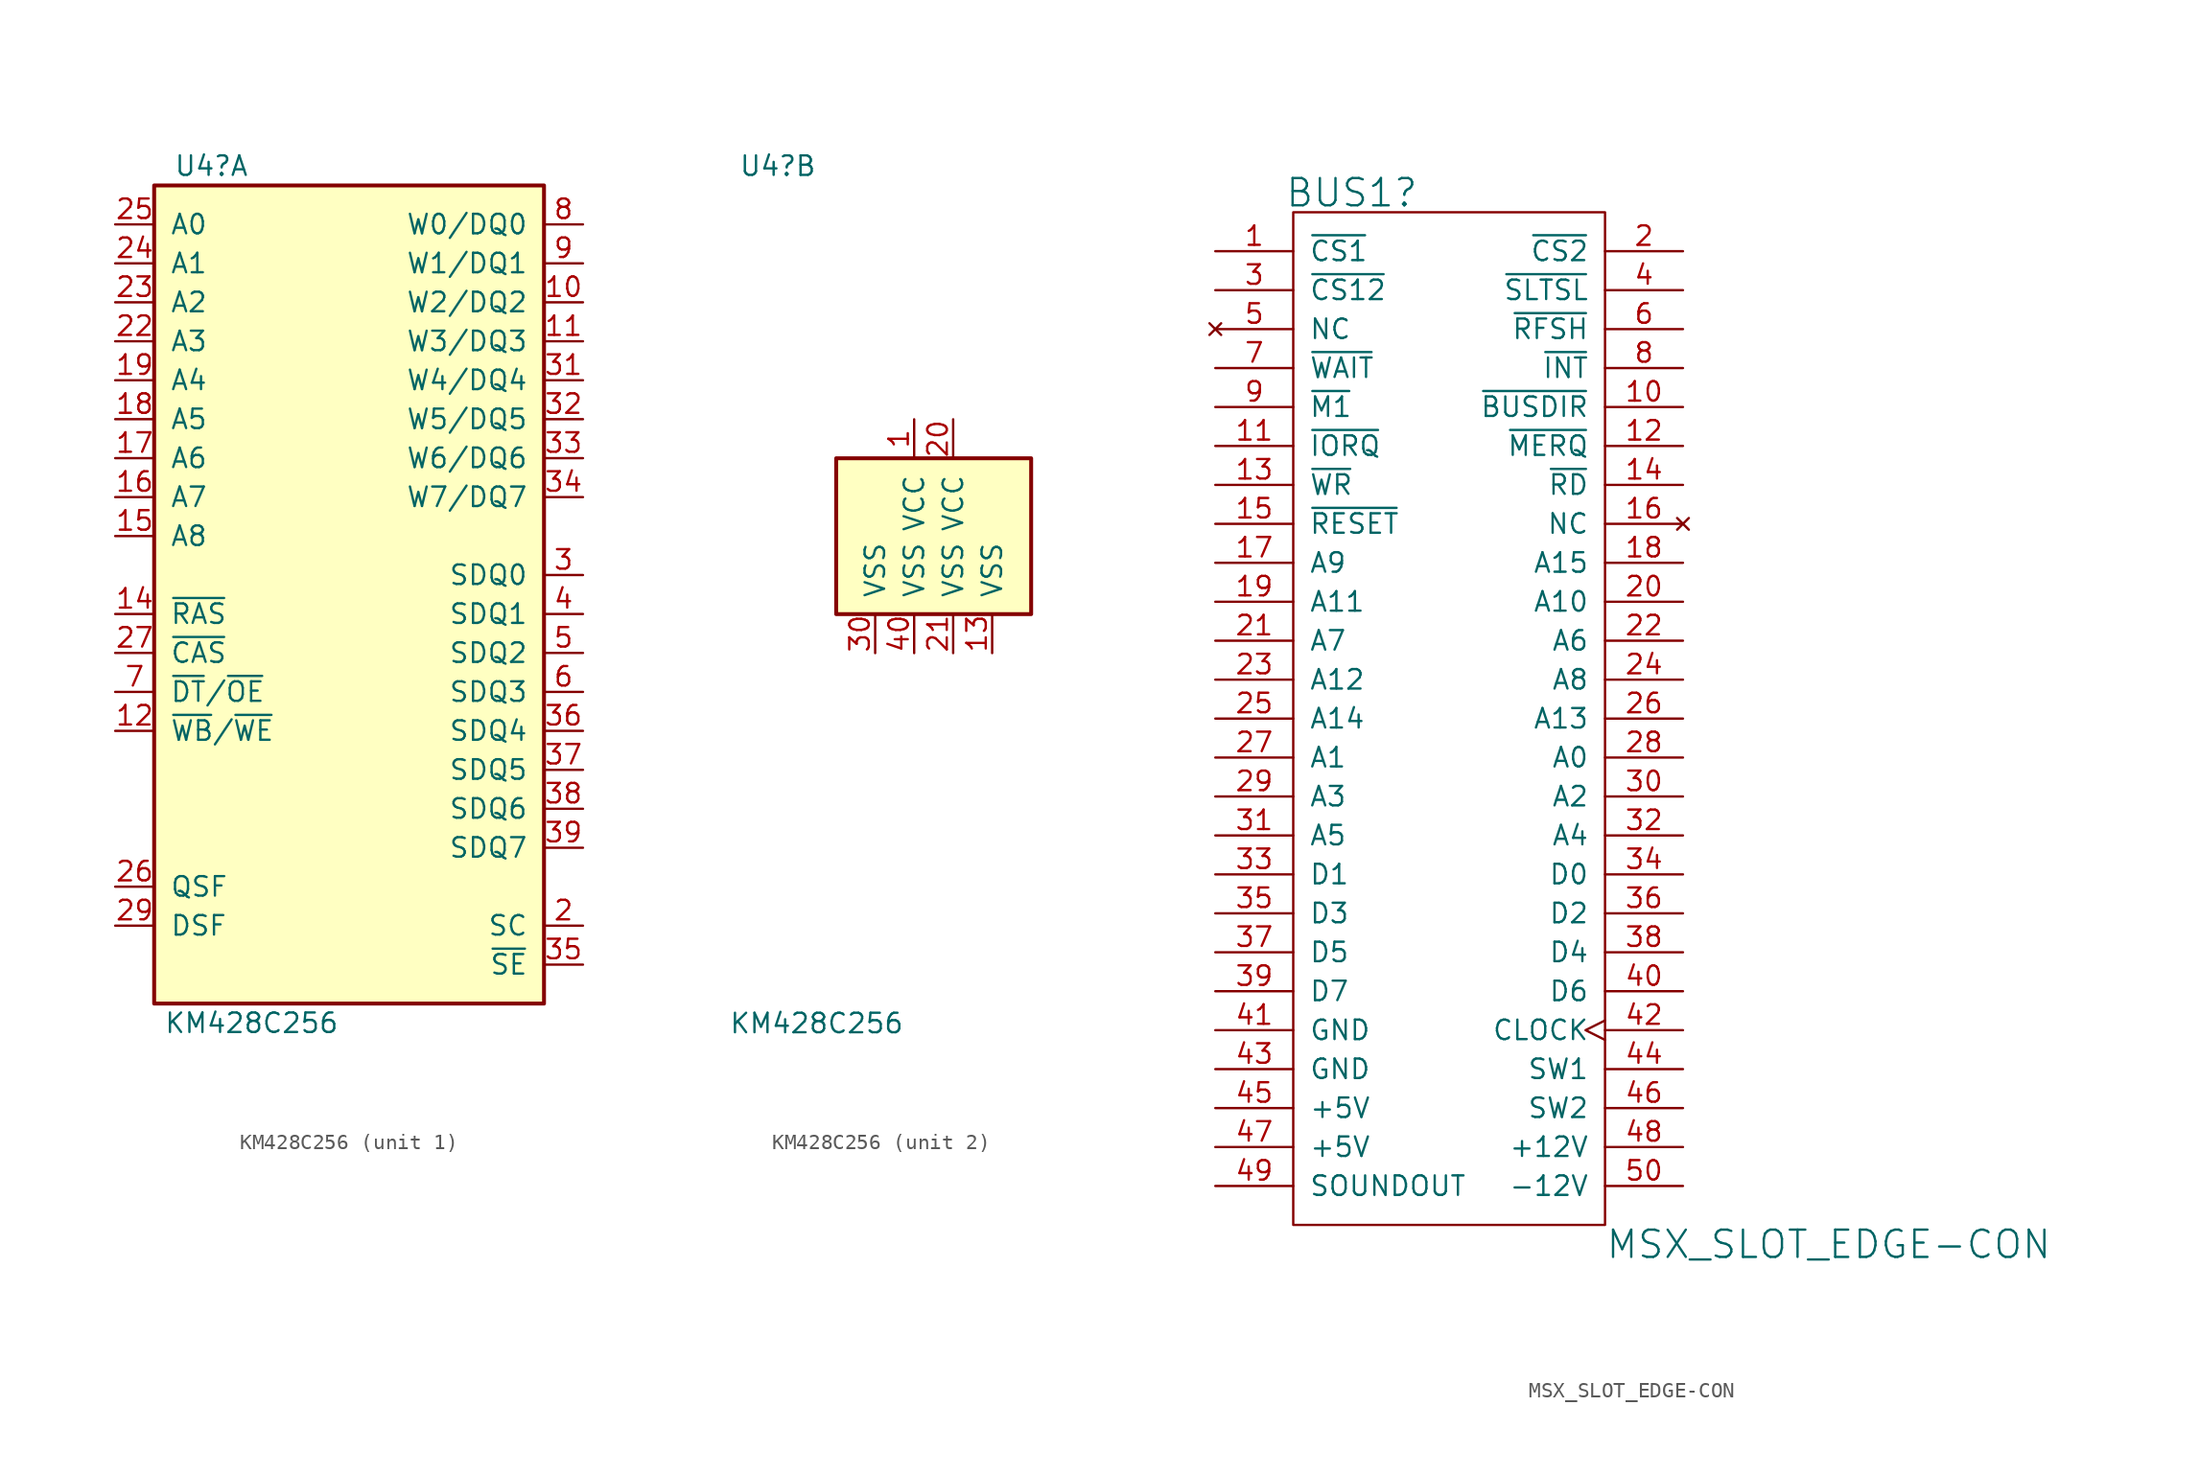
<source format=kicad_sym>
(kicad_symbol_lib
  (version 20220914)
  (generator kicad_symbol_editor)
  (symbol "KM428C256"
    (pin_names
      (offset 1.016))
    (property "Reference" "U4"
      (at -11.43 24.13 0)
      (effects (font (size 1.27 1.27)) (justify left)))
    (property "Value" "KM428C256"
      (at -6.35 -31.75 0)
      (effects (font (size 1.27 1.27))))
    (property "ki_locked" ""
      (at 0 0 0)
      (effects (font (size 1.27 1.27))))
    (symbol "KM428C256_1_1"
      (rectangle (start -12.7 22.86) (end 12.7 -30.48) (stroke (width 0.254) (type default)) (fill (type background)))
      (pin bidirectional line (at 15.24 15.24 180) (length 2.54) (name "W2/DQ2" (effects (font (size 1.27 1.27)))) (number "10" (effects (font (size 1.27 1.27)))))
      (pin bidirectional line (at 15.24 12.7 180) (length 2.54) (name "W3/DQ3" (effects (font (size 1.27 1.27)))) (number "11" (effects (font (size 1.27 1.27)))))
      (pin input line (at -15.24 -12.7 0) (length 2.54) (name "~{WB}/~{WE}" (effects (font (size 1.27 1.27)))) (number "12" (effects (font (size 1.27 1.27)))))
      (pin input line (at -15.24 -5.08 0) (length 2.54) (name "~{RAS}" (effects (font (size 1.27 1.27)))) (number "14" (effects (font (size 1.27 1.27)))))
      (pin input line (at -15.24 0 0) (length 2.54) (name "A8" (effects (font (size 1.27 1.27)))) (number "15" (effects (font (size 1.27 1.27)))))
      (pin input line (at -15.24 2.54 0) (length 2.54) (name "A7" (effects (font (size 1.27 1.27)))) (number "16" (effects (font (size 1.27 1.27)))))
      (pin input line (at -15.24 5.08 0) (length 2.54) (name "A6" (effects (font (size 1.27 1.27)))) (number "17" (effects (font (size 1.27 1.27)))))
      (pin input line (at -15.24 7.62 0) (length 2.54) (name "A5" (effects (font (size 1.27 1.27)))) (number "18" (effects (font (size 1.27 1.27)))))
      (pin input line (at -15.24 10.16 0) (length 2.54) (name "A4" (effects (font (size 1.27 1.27)))) (number "19" (effects (font (size 1.27 1.27)))))
      (pin input line (at 15.24 -25.4 180) (length 2.54) (name "SC" (effects (font (size 1.27 1.27)))) (number "2" (effects (font (size 1.27 1.27)))))
      (pin input line (at -15.24 12.7 0) (length 2.54) (name "A3" (effects (font (size 1.27 1.27)))) (number "22" (effects (font (size 1.27 1.27)))))
      (pin input line (at -15.24 15.24 0) (length 2.54) (name "A2" (effects (font (size 1.27 1.27)))) (number "23" (effects (font (size 1.27 1.27)))))
      (pin input line (at -15.24 17.78 0) (length 2.54) (name "A1" (effects (font (size 1.27 1.27)))) (number "24" (effects (font (size 1.27 1.27)))))
      (pin input line (at -15.24 20.32 0) (length 2.54) (name "A0" (effects (font (size 1.27 1.27)))) (number "25" (effects (font (size 1.27 1.27)))))
      (pin input line (at -15.24 -22.86 0) (length 2.54) (name "QSF" (effects (font (size 1.27 1.27)))) (number "26" (effects (font (size 1.27 1.27)))))
      (pin input line (at -15.24 -7.62 0) (length 2.54) (name "~{CAS}" (effects (font (size 1.27 1.27)))) (number "27" (effects (font (size 1.27 1.27)))))
      (pin no_connect line (at 10.16 0 180) (length 2.54) hide (name "N/C" (effects (font (size 1.27 1.27)))) (number "28" (effects (font (size 1.27 1.27)))))
      (pin input line (at -15.24 -25.4 0) (length 2.54) (name "DSF" (effects (font (size 1.27 1.27)))) (number "29" (effects (font (size 1.27 1.27)))))
      (pin bidirectional line (at 15.24 -2.54 180) (length 2.54) (name "SDQ0" (effects (font (size 1.27 1.27)))) (number "3" (effects (font (size 1.27 1.27)))))
      (pin bidirectional line (at 15.24 10.16 180) (length 2.54) (name "W4/DQ4" (effects (font (size 1.27 1.27)))) (number "31" (effects (font (size 1.27 1.27)))))
      (pin bidirectional line (at 15.24 7.62 180) (length 2.54) (name "W5/DQ5" (effects (font (size 1.27 1.27)))) (number "32" (effects (font (size 1.27 1.27)))))
      (pin bidirectional line (at 15.24 5.08 180) (length 2.54) (name "W6/DQ6" (effects (font (size 1.27 1.27)))) (number "33" (effects (font (size 1.27 1.27)))))
      (pin bidirectional line (at 15.24 2.54 180) (length 2.54) (name "W7/DQ7" (effects (font (size 1.27 1.27)))) (number "34" (effects (font (size 1.27 1.27)))))
      (pin input line (at 15.24 -27.94 180) (length 2.54) (name "~{SE}" (effects (font (size 1.27 1.27)))) (number "35" (effects (font (size 1.27 1.27)))))
      (pin bidirectional line (at 15.24 -12.7 180) (length 2.54) (name "SDQ4" (effects (font (size 1.27 1.27)))) (number "36" (effects (font (size 1.27 1.27)))))
      (pin bidirectional line (at 15.24 -15.24 180) (length 2.54) (name "SDQ5" (effects (font (size 1.27 1.27)))) (number "37" (effects (font (size 1.27 1.27)))))
      (pin bidirectional line (at 15.24 -17.78 180) (length 2.54) (name "SDQ6" (effects (font (size 1.27 1.27)))) (number "38" (effects (font (size 1.27 1.27)))))
      (pin bidirectional line (at 15.24 -20.32 180) (length 2.54) (name "SDQ7" (effects (font (size 1.27 1.27)))) (number "39" (effects (font (size 1.27 1.27)))))
      (pin bidirectional line (at 15.24 -5.08 180) (length 2.54) (name "SDQ1" (effects (font (size 1.27 1.27)))) (number "4" (effects (font (size 1.27 1.27)))))
      (pin bidirectional line (at 15.24 -7.62 180) (length 2.54) (name "SDQ2" (effects (font (size 1.27 1.27)))) (number "5" (effects (font (size 1.27 1.27)))))
      (pin bidirectional line (at 15.24 -10.16 180) (length 2.54) (name "SDQ3" (effects (font (size 1.27 1.27)))) (number "6" (effects (font (size 1.27 1.27)))))
      (pin input line (at -15.24 -10.16 0) (length 2.54) (name "~{DT}/~{OE}" (effects (font (size 1.27 1.27)))) (number "7" (effects (font (size 1.27 1.27)))))
      (pin bidirectional line (at 15.24 20.32 180) (length 2.54) (name "W0/DQ0" (effects (font (size 1.27 1.27)))) (number "8" (effects (font (size 1.27 1.27)))))
      (pin bidirectional line (at 15.24 17.78 180) (length 2.54) (name "W1/DQ1" (effects (font (size 1.27 1.27)))) (number "9" (effects (font (size 1.27 1.27))))))
    (symbol "KM428C256_2_1"
      (rectangle (start -5.08 5.08) (end 7.62 -5.08) (stroke (width 0.254) (type default)) (fill (type background)))
      (pin power_in line (at 0 7.62 270) (length 2.54) (name "VCC" (effects (font (size 1.27 1.27)))) (number "1" (effects (font (size 1.27 1.27)))))
      (pin power_in line (at 5.08 -7.62 90) (length 2.54) (name "VSS" (effects (font (size 1.27 1.27)))) (number "13" (effects (font (size 1.27 1.27)))))
      (pin power_in line (at 2.54 7.62 270) (length 2.54) (name "VCC" (effects (font (size 1.27 1.27)))) (number "20" (effects (font (size 1.27 1.27)))))
      (pin power_in line (at 2.54 -7.62 90) (length 2.54) (name "VSS" (effects (font (size 1.27 1.27)))) (number "21" (effects (font (size 1.27 1.27)))))
      (pin power_in line (at -2.54 -7.62 90) (length 2.54) (name "VSS" (effects (font (size 1.27 1.27)))) (number "30" (effects (font (size 1.27 1.27)))))
      (pin power_in line (at 0 -7.62 90) (length 2.54) (name "VSS" (effects (font (size 1.27 1.27)))) (number "40" (effects (font (size 1.27 1.27)))))))
  (symbol "MSX_SLOT_EDGE-CON"
    (pin_names
      (offset 1.016))
    (property "Reference" "BUS1"
      (at -6.35 34.29 0)
      (effects (font (size 1.778 1.778))))
    (property "Value" "MSX_SLOT_EDGE-CON"
      (at 10.16 -34.29 0)
      (effects (font (size 1.778 1.778)) (justify left)))
    (symbol "MSX_SLOT_EDGE-CON_0_1"
      (rectangle (start -10.16 -33.02) (end 10.16 33.02) (stroke (width 0) (type default)) (fill (type none))))
    (symbol "MSX_SLOT_EDGE-CON_1_1"
      (pin output line (at -15.24 30.48 0) (length 5.08) (name "~{CS1}" (effects (font (size 1.27 1.27)))) (number "1" (effects (font (size 1.27 1.27)))))
      (pin bidirectional line (at 15.24 20.32 180) (length 5.08) (name "~{BUSDIR}" (effects (font (size 1.27 1.27)))) (number "10" (effects (font (size 1.27 1.27)))))
      (pin output line (at -15.24 17.78 0) (length 5.08) (name "~{IORQ}" (effects (font (size 1.27 1.27)))) (number "11" (effects (font (size 1.27 1.27)))))
      (pin input line (at 15.24 17.78 180) (length 5.08) (name "~{MERQ}" (effects (font (size 1.27 1.27)))) (number "12" (effects (font (size 1.27 1.27)))))
      (pin output line (at -15.24 15.24 0) (length 5.08) (name "~{WR}" (effects (font (size 1.27 1.27)))) (number "13" (effects (font (size 1.27 1.27)))))
      (pin output line (at 15.24 15.24 180) (length 5.08) (name "~{RD}" (effects (font (size 1.27 1.27)))) (number "14" (effects (font (size 1.27 1.27)))))
      (pin output line (at -15.24 12.7 0) (length 5.08) (name "~{RESET}" (effects (font (size 1.27 1.27)))) (number "15" (effects (font (size 1.27 1.27)))))
      (pin no_connect line (at 15.24 12.7 180) (length 5.08) (name "NC" (effects (font (size 1.27 1.27)))) (number "16" (effects (font (size 1.27 1.27)))))
      (pin output line (at -15.24 10.16 0) (length 5.08) (name "A9" (effects (font (size 1.27 1.27)))) (number "17" (effects (font (size 1.27 1.27)))))
      (pin output line (at 15.24 10.16 180) (length 5.08) (name "A15" (effects (font (size 1.27 1.27)))) (number "18" (effects (font (size 1.27 1.27)))))
      (pin output line (at -15.24 7.62 0) (length 5.08) (name "A11" (effects (font (size 1.27 1.27)))) (number "19" (effects (font (size 1.27 1.27)))))
      (pin output line (at 15.24 30.48 180) (length 5.08) (name "~{CS2}" (effects (font (size 1.27 1.27)))) (number "2" (effects (font (size 1.27 1.27)))))
      (pin output line (at 15.24 7.62 180) (length 5.08) (name "A10" (effects (font (size 1.27 1.27)))) (number "20" (effects (font (size 1.27 1.27)))))
      (pin output line (at -15.24 5.08 0) (length 5.08) (name "A7" (effects (font (size 1.27 1.27)))) (number "21" (effects (font (size 1.27 1.27)))))
      (pin output line (at 15.24 5.08 180) (length 5.08) (name "A6" (effects (font (size 1.27 1.27)))) (number "22" (effects (font (size 1.27 1.27)))))
      (pin output line (at -15.24 2.54 0) (length 5.08) (name "A12" (effects (font (size 1.27 1.27)))) (number "23" (effects (font (size 1.27 1.27)))))
      (pin output line (at 15.24 2.54 180) (length 5.08) (name "A8" (effects (font (size 1.27 1.27)))) (number "24" (effects (font (size 1.27 1.27)))))
      (pin output line (at -15.24 0 0) (length 5.08) (name "A14" (effects (font (size 1.27 1.27)))) (number "25" (effects (font (size 1.27 1.27)))))
      (pin output line (at 15.24 0 180) (length 5.08) (name "A13" (effects (font (size 1.27 1.27)))) (number "26" (effects (font (size 1.27 1.27)))))
      (pin output line (at -15.24 -2.54 0) (length 5.08) (name "A1" (effects (font (size 1.27 1.27)))) (number "27" (effects (font (size 1.27 1.27)))))
      (pin output line (at 15.24 -2.54 180) (length 5.08) (name "A0" (effects (font (size 1.27 1.27)))) (number "28" (effects (font (size 1.27 1.27)))))
      (pin output line (at -15.24 -5.08 0) (length 5.08) (name "A3" (effects (font (size 1.27 1.27)))) (number "29" (effects (font (size 1.27 1.27)))))
      (pin output line (at -15.24 27.94 0) (length 5.08) (name "~{CS12}" (effects (font (size 1.27 1.27)))) (number "3" (effects (font (size 1.27 1.27)))))
      (pin output line (at 15.24 -5.08 180) (length 5.08) (name "A2" (effects (font (size 1.27 1.27)))) (number "30" (effects (font (size 1.27 1.27)))))
      (pin output line (at -15.24 -7.62 0) (length 5.08) (name "A5" (effects (font (size 1.27 1.27)))) (number "31" (effects (font (size 1.27 1.27)))))
      (pin output line (at 15.24 -7.62 180) (length 5.08) (name "A4" (effects (font (size 1.27 1.27)))) (number "32" (effects (font (size 1.27 1.27)))))
      (pin tri_state line (at -15.24 -10.16 0) (length 5.08) (name "D1" (effects (font (size 1.27 1.27)))) (number "33" (effects (font (size 1.27 1.27)))))
      (pin tri_state line (at 15.24 -10.16 180) (length 5.08) (name "D0" (effects (font (size 1.27 1.27)))) (number "34" (effects (font (size 1.27 1.27)))))
      (pin tri_state line (at -15.24 -12.7 0) (length 5.08) (name "D3" (effects (font (size 1.27 1.27)))) (number "35" (effects (font (size 1.27 1.27)))))
      (pin tri_state line (at 15.24 -12.7 180) (length 5.08) (name "D2~{}" (effects (font (size 1.27 1.27)))) (number "36" (effects (font (size 1.27 1.27)))))
      (pin tri_state line (at -15.24 -15.24 0) (length 5.08) (name "D5" (effects (font (size 1.27 1.27)))) (number "37" (effects (font (size 1.27 1.27)))))
      (pin tri_state line (at 15.24 -15.24 180) (length 5.08) (name "D4" (effects (font (size 1.27 1.27)))) (number "38" (effects (font (size 1.27 1.27)))))
      (pin tri_state line (at -15.24 -17.78 0) (length 5.08) (name "D7" (effects (font (size 1.27 1.27)))) (number "39" (effects (font (size 1.27 1.27)))))
      (pin output line (at 15.24 27.94 180) (length 5.08) (name "~{SLTSL}" (effects (font (size 1.27 1.27)))) (number "4" (effects (font (size 1.27 1.27)))))
      (pin tri_state line (at 15.24 -17.78 180) (length 5.08) (name "D6" (effects (font (size 1.27 1.27)))) (number "40" (effects (font (size 1.27 1.27)))))
      (pin power_in line (at -15.24 -20.32 0) (length 5.08) (name "GND" (effects (font (size 1.27 1.27)))) (number "41" (effects (font (size 1.27 1.27)))))
      (pin output clock (at 15.24 -20.32 180) (length 5.08) (name "CLOCK" (effects (font (size 1.27 1.27)))) (number "42" (effects (font (size 1.27 1.27)))))
      (pin power_in line (at -15.24 -22.86 0) (length 5.08) (name "GND" (effects (font (size 1.27 1.27)))) (number "43" (effects (font (size 1.27 1.27)))))
      (pin passive line (at 15.24 -22.86 180) (length 5.08) (name "SW1" (effects (font (size 1.27 1.27)))) (number "44" (effects (font (size 1.27 1.27)))))
      (pin power_in line (at -15.24 -25.4 0) (length 5.08) (name "+5V" (effects (font (size 1.27 1.27)))) (number "45" (effects (font (size 1.27 1.27)))))
      (pin passive line (at 15.24 -25.4 180) (length 5.08) (name "SW2" (effects (font (size 1.27 1.27)))) (number "46" (effects (font (size 1.27 1.27)))))
      (pin power_in line (at -15.24 -27.94 0) (length 5.08) (name "+5V" (effects (font (size 1.27 1.27)))) (number "47" (effects (font (size 1.27 1.27)))))
      (pin power_in line (at 15.24 -27.94 180) (length 5.08) (name "+12V" (effects (font (size 1.27 1.27)))) (number "48" (effects (font (size 1.27 1.27)))))
      (pin output line (at -15.24 -30.48 0) (length 5.08) (name "SOUNDOUT" (effects (font (size 1.27 1.27)))) (number "49" (effects (font (size 1.27 1.27)))))
      (pin no_connect line (at -15.24 25.4 0) (length 5.08) (name "NC" (effects (font (size 1.27 1.27)))) (number "5" (effects (font (size 1.27 1.27)))))
      (pin power_in line (at 15.24 -30.48 180) (length 5.08) (name "-12V" (effects (font (size 1.27 1.27)))) (number "50" (effects (font (size 1.27 1.27)))))
      (pin output line (at 15.24 25.4 180) (length 5.08) (name "~{RFSH}" (effects (font (size 1.27 1.27)))) (number "6" (effects (font (size 1.27 1.27)))))
      (pin input line (at -15.24 22.86 0) (length 5.08) (name "~{WAIT}" (effects (font (size 1.27 1.27)))) (number "7" (effects (font (size 1.27 1.27)))))
      (pin open_collector line (at 15.24 22.86 180) (length 5.08) (name "~{INT}" (effects (font (size 1.27 1.27)))) (number "8" (effects (font (size 1.27 1.27)))))
      (pin output line (at -15.24 20.32 0) (length 5.08) (name "~{M1}" (effects (font (size 1.27 1.27)))) (number "9" (effects (font (size 1.27 1.27))))))))
</source>
